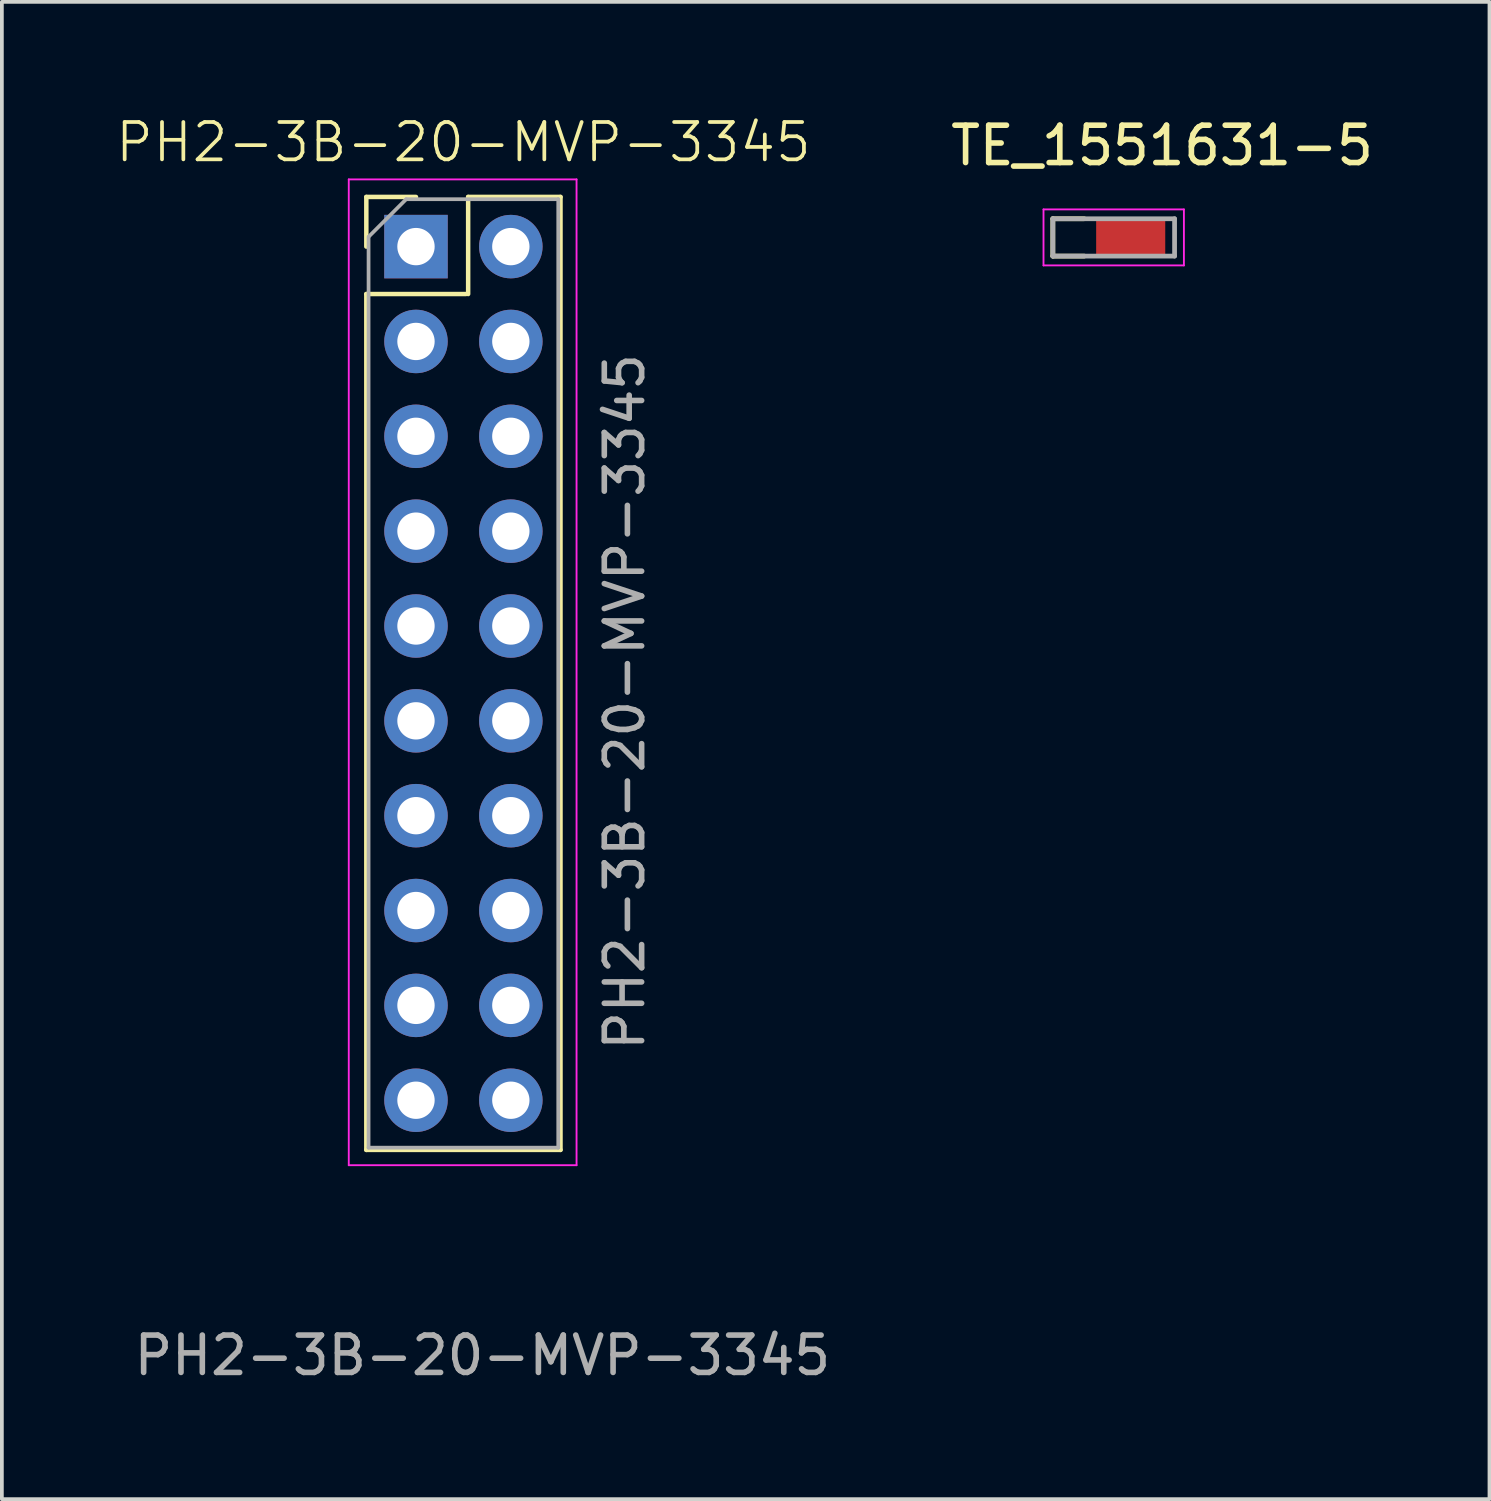
<source format=kicad_pcb>
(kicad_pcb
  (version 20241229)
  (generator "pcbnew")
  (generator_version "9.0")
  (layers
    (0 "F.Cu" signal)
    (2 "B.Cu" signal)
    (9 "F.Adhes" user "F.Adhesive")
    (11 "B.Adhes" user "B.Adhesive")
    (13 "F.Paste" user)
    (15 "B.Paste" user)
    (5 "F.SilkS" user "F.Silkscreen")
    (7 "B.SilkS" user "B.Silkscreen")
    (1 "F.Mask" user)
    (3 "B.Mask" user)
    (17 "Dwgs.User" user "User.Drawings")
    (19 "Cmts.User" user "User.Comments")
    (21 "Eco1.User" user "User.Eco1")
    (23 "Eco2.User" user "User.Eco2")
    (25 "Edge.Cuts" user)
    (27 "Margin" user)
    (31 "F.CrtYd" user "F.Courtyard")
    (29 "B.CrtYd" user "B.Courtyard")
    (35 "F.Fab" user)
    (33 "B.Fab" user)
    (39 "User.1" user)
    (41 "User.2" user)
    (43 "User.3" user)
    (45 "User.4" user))
  (footprint "TE_1551631-5"
    (layer "F.Cu")
    (at 26.775 3.308)
    (property "Reference" "TE_1551631-5" (at 1.295 -2.46 0) (layer "F.SilkS") (effects (font (size 1 1) (thickness 0.15))))
    (attr smd)
    (fp_line (start -1.63 -0.5) (end -0.79 -0.5) (stroke (width 0.127) (type solid)) (layer "F.SilkS"))
    (fp_line (start -1.63 0.5) (end -1.63 -0.5) (stroke (width 0.127) (type solid)) (layer "F.SilkS"))
    (fp_line (start -0.79 0.5) (end -1.63 0.5) (stroke (width 0.127) (type solid)) (layer "F.SilkS"))
    (fp_line (start -1.88 -0.75) (end -1.88 0.75) (stroke (width 0.05) (type solid)) (layer "F.CrtYd"))
    (fp_line (start -1.88 0.75) (end 1.88 0.75) (stroke (width 0.05) (type solid)) (layer "F.CrtYd"))
    (fp_line (start 1.88 -0.75) (end -1.88 -0.75) (stroke (width 0.05) (type solid)) (layer "F.CrtYd"))
    (fp_line (start 1.88 0.75) (end 1.88 -0.75) (stroke (width 0.05) (type solid)) (layer "F.CrtYd"))
    (fp_line (start -1.63 -0.5) (end 1.63 -0.5) (stroke (width 0.127) (type solid)) (layer "F.Fab"))
    (fp_line (start -1.63 0.5) (end -1.63 -0.5) (stroke (width 0.127) (type solid)) (layer "F.Fab"))
    (fp_line (start 1.63 -0.5) (end 1.63 0.5) (stroke (width 0.127) (type solid)) (layer "F.Fab"))
    (fp_line (start 1.63 0.5) (end -1.63 0.5) (stroke (width 0.127) (type solid)) (layer "F.Fab"))
    (pad "1" smd rect (at 0.455 0) (size 1.85 0.9) (layers "F.Cu" "F.Mask" "F.Paste")))
  (footprint "PH2-3B-20-MVP-3345"
    (layer "F.Cu")
    (at 8.09 3.554)
    (property "Reference" "PH2-3B-20-MVP-3345" (at 1.27 -2.794 0) (unlocked yes) (layer "F.SilkS") (effects (font (size 1 1) (thickness 0.1))))
    (attr smd)
    (fp_line (start -1.33 -1.33) (end 0 -1.33) (stroke (width 0.12) (type solid)) (layer "F.SilkS"))
    (fp_line (start -1.33 0) (end -1.33 -1.33) (stroke (width 0.12) (type solid)) (layer "F.SilkS"))
    (fp_line (start -1.33 1.27) (end -1.33 24.19) (stroke (width 0.12) (type solid)) (layer "F.SilkS"))
    (fp_line (start -1.33 1.27) (end 1.337 1.27) (stroke (width 0.12) (type solid)) (layer "F.SilkS"))
    (fp_line (start -1.33 24.19) (end 3.87 24.19) (stroke (width 0.12) (type solid)) (layer "F.SilkS"))
    (fp_line (start 1.397 1.27) (end 1.397 -1.33) (stroke (width 0.12) (type solid)) (layer "F.SilkS"))
    (fp_line (start 3.87 -1.33) (end 1.397 -1.33) (stroke (width 0.12) (type solid)) (layer "F.SilkS"))
    (fp_line (start 3.87 -1.33) (end 3.87 24.19) (stroke (width 0.12) (type solid)) (layer "F.SilkS"))
    (fp_line (start -1.8 -1.8) (end 4.3 -1.8) (stroke (width 0.05) (type solid)) (layer "F.CrtYd"))
    (fp_line (start -1.8 24.6) (end -1.8 -1.8) (stroke (width 0.05) (type solid)) (layer "F.CrtYd"))
    (fp_line (start 4.3 -1.8) (end 4.3 24.6) (stroke (width 0.05) (type solid)) (layer "F.CrtYd"))
    (fp_line (start 4.3 24.6) (end -1.8 24.6) (stroke (width 0.05) (type solid)) (layer "F.CrtYd"))
    (fp_line (start -1.27 24.13) (end -1.27 -0.262) (stroke (width 0.1) (type solid)) (layer "F.Fab"))
    (fp_line (start -1.262 -0.27) (end -0.262 -1.27) (stroke (width 0.1) (type solid)) (layer "F.Fab"))
    (fp_line (start -0.262 -1.27) (end 3.81 -1.27) (stroke (width 0.1) (type solid)) (layer "F.Fab"))
    (fp_line (start 3.81 -1.27) (end 3.81 24.13) (stroke (width 0.1) (type solid)) (layer "F.Fab"))
    (fp_line (start 3.81 24.13) (end -1.27 24.13) (stroke (width 0.1) (type solid)) (layer "F.Fab"))
    (fp_text user "${REFERENCE}" (at 1.778 29.694 0) (unlocked yes) (layer "F.Fab") (effects (font (size 1 1) (thickness 0.15))))
    (fp_text user "${REFERENCE}" (at 5.588 12.192 90) (layer "F.Fab") (effects (font (size 1 1) (thickness 0.15))))
    (pad "1" thru_hole rect (at 0 0) (size 1.7 1.7) (drill 1) (layers "*.Cu" "*.Mask"))
    (pad "2" thru_hole circle (at 2.54 0) (size 1.7 1.7) (drill 1) (layers "*.Cu" "*.Mask"))
    (pad "3" thru_hole circle (at 0 2.54) (size 1.7 1.7) (drill 1) (layers "*.Cu" "*.Mask"))
    (pad "4" thru_hole circle (at 2.54 2.54) (size 1.7 1.7) (drill 1) (layers "*.Cu" "*.Mask"))
    (pad "5" thru_hole circle (at 0 5.08) (size 1.7 1.7) (drill 1) (layers "*.Cu" "*.Mask"))
    (pad "6" thru_hole circle (at 2.54 5.08) (size 1.7 1.7) (drill 1) (layers "*.Cu" "*.Mask"))
    (pad "7" thru_hole circle (at 0 7.62) (size 1.7 1.7) (drill 1) (layers "*.Cu" "*.Mask"))
    (pad "8" thru_hole circle (at 2.54 7.62) (size 1.7 1.7) (drill 1) (layers "*.Cu" "*.Mask"))
    (pad "9" thru_hole circle (at 0 10.16) (size 1.7 1.7) (drill 1) (layers "*.Cu" "*.Mask"))
    (pad "10" thru_hole circle (at 2.54 10.16) (size 1.7 1.7) (drill 1) (layers "*.Cu" "*.Mask"))
    (pad "11" thru_hole circle (at 0 12.7) (size 1.7 1.7) (drill 1) (layers "*.Cu" "*.Mask"))
    (pad "12" thru_hole circle (at 2.54 12.7) (size 1.7 1.7) (drill 1) (layers "*.Cu" "*.Mask"))
    (pad "13" thru_hole circle (at 0 15.24) (size 1.7 1.7) (drill 1) (layers "*.Cu" "*.Mask"))
    (pad "14" thru_hole circle (at 2.54 15.24) (size 1.7 1.7) (drill 1) (layers "*.Cu" "*.Mask"))
    (pad "15" thru_hole circle (at 0 17.78) (size 1.7 1.7) (drill 1) (layers "*.Cu" "*.Mask"))
    (pad "16" thru_hole circle (at 2.54 17.78) (size 1.7 1.7) (drill 1) (layers "*.Cu" "*.Mask"))
    (pad "17" thru_hole circle (at 0 20.32) (size 1.7 1.7) (drill 1) (layers "*.Cu" "*.Mask"))
    (pad "18" thru_hole circle (at 2.54 20.32) (size 1.7 1.7) (drill 1) (layers "*.Cu" "*.Mask"))
    (pad "19" thru_hole circle (at 0 22.86) (size 1.7 1.7) (drill 1) (layers "*.Cu" "*.Mask"))
    (pad "20" thru_hole circle (at 2.54 22.86) (size 1.7 1.7) (drill 1) (layers "*.Cu" "*.Mask")))
  (gr_rect
    (start -3 -3)
    (end 36.838 37.097)
    (stroke (width 0.1) (type default))
    (fill no)
    (layer "Edge.Cuts")))
</source>
